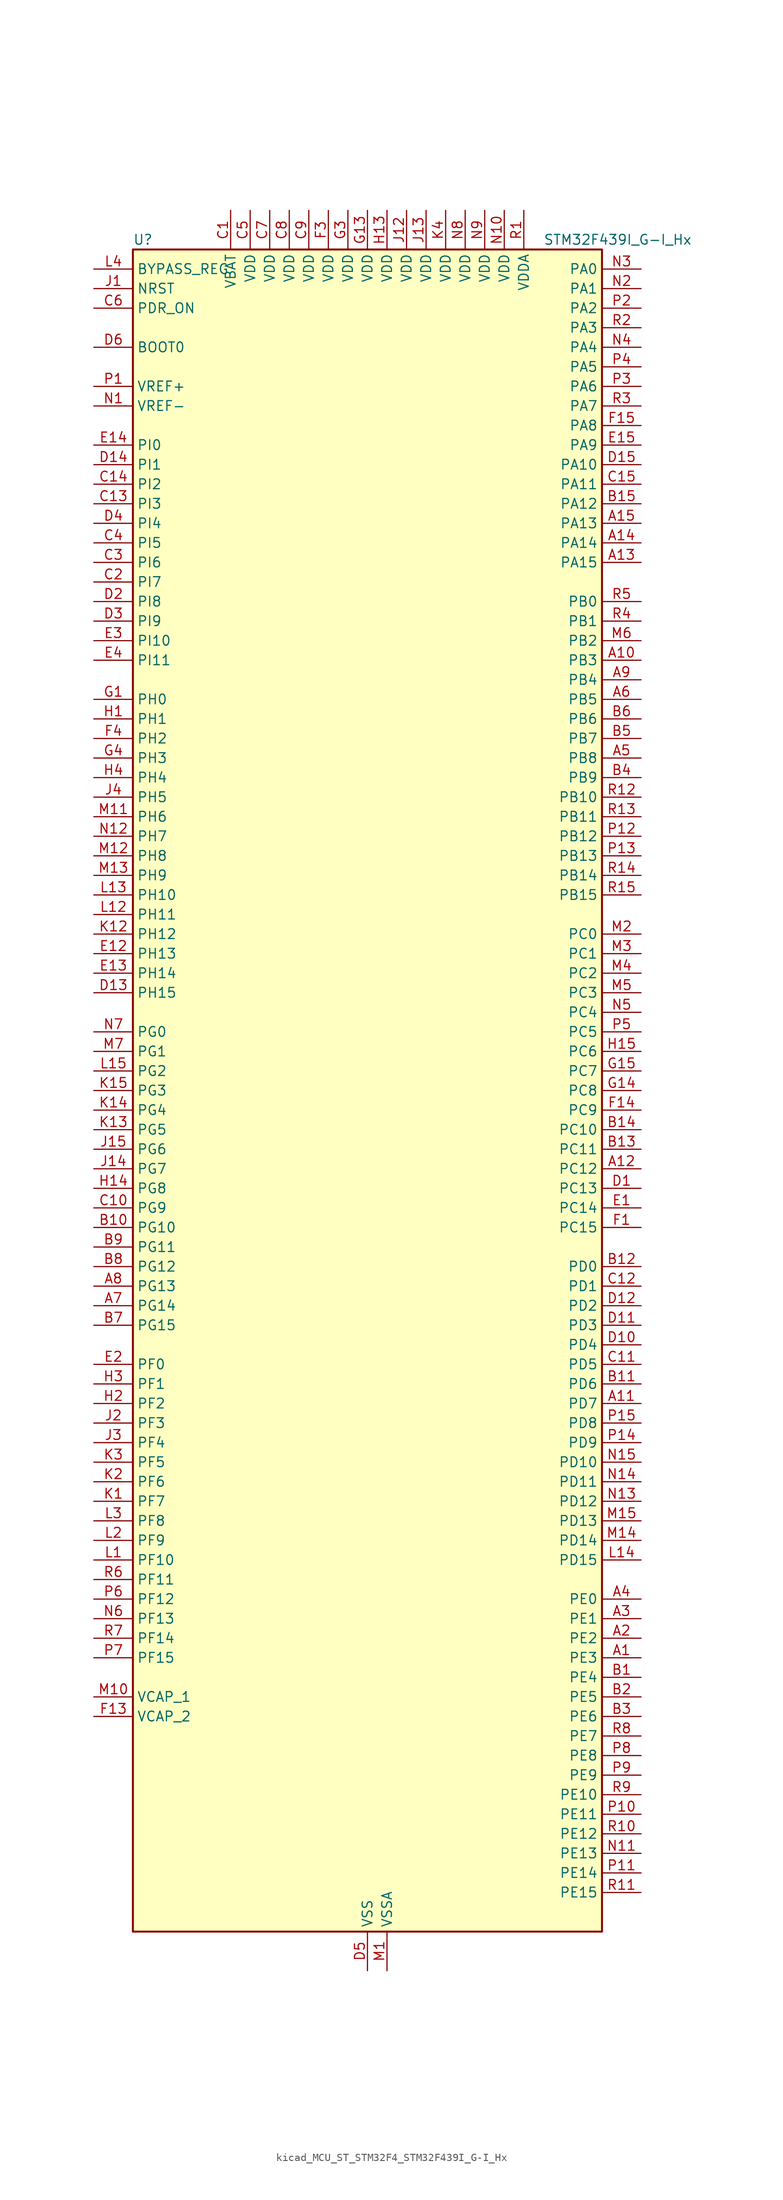
<source format=kicad_sym>
(kicad_symbol_lib
  (version 20220914)
  (generator kicad_symbol_editor)
  (symbol "kicad_MCU_ST_STM32F4_STM32F439I_G-I_Hx"
    (property "Reference" "U"
      (at -30.48 110.49 0)
      (effects (font (size 1.27 1.27)) (justify left)))
    (property "Value" "STM32F439I_G-I_Hx"
      (at 22.86 110.49 0)
      (effects (font (size 1.27 1.27)) (justify left)))
    (property "ki_locked" ""
      (at 0 0 0)
      (effects (font (size 1.27 1.27))))
    (symbol "kicad_MCU_ST_STM32F4_STM32F439I_G-I_Hx_0_1"
      (rectangle (start -30.48 -109.22) (end 30.48 109.22) (stroke (width 0.254) (type default)) (fill (type background))))
    (symbol "kicad_MCU_ST_STM32F4_STM32F439I_G-I_Hx_1_1"
      (pin bidirectional line (at 35.56 -73.66 180) (length 5.08) (name "PE3" (effects (font (size 1.27 1.27)))) (number "A1" (effects (font (size 1.27 1.27)))) (alternate "FMC_A19" bidirectional line) (alternate "SAI1_SD_B" bidirectional line) (alternate "SYS_TRACED0" bidirectional line))
      (pin bidirectional line (at 35.56 55.88 180) (length 5.08) (name "PB3" (effects (font (size 1.27 1.27)))) (number "A10" (effects (font (size 1.27 1.27)))) (alternate "I2S3_CK" bidirectional line) (alternate "SPI1_SCK" bidirectional line) (alternate "SPI3_SCK" bidirectional line) (alternate "SYS_JTDO-SWO" bidirectional line) (alternate "TIM2_CH2" bidirectional line))
      (pin bidirectional line (at 35.56 -40.64 180) (length 5.08) (name "PD7" (effects (font (size 1.27 1.27)))) (number "A11" (effects (font (size 1.27 1.27)))) (alternate "FMC_NCE2" bidirectional line) (alternate "FMC_NE1" bidirectional line) (alternate "USART2_CK" bidirectional line))
      (pin bidirectional line (at 35.56 -10.16 180) (length 5.08) (name "PC12" (effects (font (size 1.27 1.27)))) (number "A12" (effects (font (size 1.27 1.27)))) (alternate "DCMI_D9" bidirectional line) (alternate "I2S3_SD" bidirectional line) (alternate "SDIO_CK" bidirectional line) (alternate "SPI3_MOSI" bidirectional line) (alternate "UART5_TX" bidirectional line) (alternate "USART3_CK" bidirectional line))
      (pin bidirectional line (at 35.56 68.58 180) (length 5.08) (name "PA15" (effects (font (size 1.27 1.27)))) (number "A13" (effects (font (size 1.27 1.27)))) (alternate "ADC1_EXTI15" bidirectional line) (alternate "ADC2_EXTI15" bidirectional line) (alternate "ADC3_EXTI15" bidirectional line) (alternate "I2S3_WS" bidirectional line) (alternate "SPI1_NSS" bidirectional line) (alternate "SPI3_NSS" bidirectional line) (alternate "SYS_JTDI" bidirectional line) (alternate "TIM2_CH1" bidirectional line) (alternate "TIM2_ETR" bidirectional line))
      (pin bidirectional line (at 35.56 71.12 180) (length 5.08) (name "PA14" (effects (font (size 1.27 1.27)))) (number "A14" (effects (font (size 1.27 1.27)))) (alternate "SYS_JTCK-SWCLK" bidirectional line))
      (pin bidirectional line (at 35.56 73.66 180) (length 5.08) (name "PA13" (effects (font (size 1.27 1.27)))) (number "A15" (effects (font (size 1.27 1.27)))) (alternate "SYS_JTMS-SWDIO" bidirectional line))
      (pin bidirectional line (at 35.56 -71.12 180) (length 5.08) (name "PE2" (effects (font (size 1.27 1.27)))) (number "A2" (effects (font (size 1.27 1.27)))) (alternate "ETH_TXD3" bidirectional line) (alternate "FMC_A23" bidirectional line) (alternate "SAI1_MCLK_A" bidirectional line) (alternate "SPI4_SCK" bidirectional line) (alternate "SYS_TRACECLK" bidirectional line))
      (pin bidirectional line (at 35.56 -68.58 180) (length 5.08) (name "PE1" (effects (font (size 1.27 1.27)))) (number "A3" (effects (font (size 1.27 1.27)))) (alternate "DCMI_D3" bidirectional line) (alternate "FMC_NBL1" bidirectional line) (alternate "UART8_TX" bidirectional line))
      (pin bidirectional line (at 35.56 -66.04 180) (length 5.08) (name "PE0" (effects (font (size 1.27 1.27)))) (number "A4" (effects (font (size 1.27 1.27)))) (alternate "DCMI_D2" bidirectional line) (alternate "FMC_NBL0" bidirectional line) (alternate "TIM4_ETR" bidirectional line) (alternate "UART8_RX" bidirectional line))
      (pin bidirectional line (at 35.56 43.18 180) (length 5.08) (name "PB8" (effects (font (size 1.27 1.27)))) (number "A5" (effects (font (size 1.27 1.27)))) (alternate "CAN1_RX" bidirectional line) (alternate "DCMI_D6" bidirectional line) (alternate "ETH_TXD3" bidirectional line) (alternate "I2C1_SCL" bidirectional line) (alternate "LTDC_B6" bidirectional line) (alternate "SDIO_D4" bidirectional line) (alternate "TIM10_CH1" bidirectional line) (alternate "TIM4_CH3" bidirectional line))
      (pin bidirectional line (at 35.56 50.8 180) (length 5.08) (name "PB5" (effects (font (size 1.27 1.27)))) (number "A6" (effects (font (size 1.27 1.27)))) (alternate "CAN2_RX" bidirectional line) (alternate "DCMI_D10" bidirectional line) (alternate "ETH_PPS_OUT" bidirectional line) (alternate "FMC_SDCKE1" bidirectional line) (alternate "I2C1_SMBA" bidirectional line) (alternate "I2S3_SD" bidirectional line) (alternate "SPI1_MOSI" bidirectional line) (alternate "SPI3_MOSI" bidirectional line) (alternate "TIM3_CH2" bidirectional line) (alternate "USB_OTG_HS_ULPI_D7" bidirectional line))
      (pin bidirectional line (at -35.56 -27.94 0) (length 5.08) (name "PG14" (effects (font (size 1.27 1.27)))) (number "A7" (effects (font (size 1.27 1.27)))) (alternate "ETH_TXD1" bidirectional line) (alternate "FMC_A25" bidirectional line) (alternate "SPI6_MOSI" bidirectional line) (alternate "USART6_TX" bidirectional line))
      (pin bidirectional line (at -35.56 -25.4 0) (length 5.08) (name "PG13" (effects (font (size 1.27 1.27)))) (number "A8" (effects (font (size 1.27 1.27)))) (alternate "ETH_TXD0" bidirectional line) (alternate "FMC_A24" bidirectional line) (alternate "SPI6_SCK" bidirectional line) (alternate "USART6_CTS" bidirectional line))
      (pin bidirectional line (at 35.56 53.34 180) (length 5.08) (name "PB4" (effects (font (size 1.27 1.27)))) (number "A9" (effects (font (size 1.27 1.27)))) (alternate "I2S3_ext_SD" bidirectional line) (alternate "SPI1_MISO" bidirectional line) (alternate "SPI3_MISO" bidirectional line) (alternate "SYS_JTRST" bidirectional line) (alternate "TIM3_CH1" bidirectional line))
      (pin bidirectional line (at 35.56 -76.2 180) (length 5.08) (name "PE4" (effects (font (size 1.27 1.27)))) (number "B1" (effects (font (size 1.27 1.27)))) (alternate "DCMI_D4" bidirectional line) (alternate "FMC_A20" bidirectional line) (alternate "LTDC_B0" bidirectional line) (alternate "SAI1_FS_A" bidirectional line) (alternate "SPI4_NSS" bidirectional line) (alternate "SYS_TRACED1" bidirectional line))
      (pin bidirectional line (at -35.56 -17.78 0) (length 5.08) (name "PG10" (effects (font (size 1.27 1.27)))) (number "B10" (effects (font (size 1.27 1.27)))) (alternate "DCMI_D2" bidirectional line) (alternate "FMC_NCE4_1" bidirectional line) (alternate "FMC_NE3" bidirectional line) (alternate "LTDC_B2" bidirectional line) (alternate "LTDC_G3" bidirectional line))
      (pin bidirectional line (at 35.56 -38.1 180) (length 5.08) (name "PD6" (effects (font (size 1.27 1.27)))) (number "B11" (effects (font (size 1.27 1.27)))) (alternate "DCMI_D10" bidirectional line) (alternate "FMC_NWAIT" bidirectional line) (alternate "I2S3_SD" bidirectional line) (alternate "LTDC_B2" bidirectional line) (alternate "SAI1_SD_A" bidirectional line) (alternate "SPI3_MOSI" bidirectional line) (alternate "USART2_RX" bidirectional line))
      (pin bidirectional line (at 35.56 -22.86 180) (length 5.08) (name "PD0" (effects (font (size 1.27 1.27)))) (number "B12" (effects (font (size 1.27 1.27)))) (alternate "CAN1_RX" bidirectional line) (alternate "FMC_D2" bidirectional line) (alternate "FMC_DA2" bidirectional line))
      (pin bidirectional line (at 35.56 -7.62 180) (length 5.08) (name "PC11" (effects (font (size 1.27 1.27)))) (number "B13" (effects (font (size 1.27 1.27)))) (alternate "ADC1_EXTI11" bidirectional line) (alternate "ADC2_EXTI11" bidirectional line) (alternate "ADC3_EXTI11" bidirectional line) (alternate "DCMI_D4" bidirectional line) (alternate "I2S3_ext_SD" bidirectional line) (alternate "SDIO_D3" bidirectional line) (alternate "SPI3_MISO" bidirectional line) (alternate "UART4_RX" bidirectional line) (alternate "USART3_RX" bidirectional line))
      (pin bidirectional line (at 35.56 -5.08 180) (length 5.08) (name "PC10" (effects (font (size 1.27 1.27)))) (number "B14" (effects (font (size 1.27 1.27)))) (alternate "DCMI_D8" bidirectional line) (alternate "I2S3_CK" bidirectional line) (alternate "LTDC_R2" bidirectional line) (alternate "SDIO_D2" bidirectional line) (alternate "SPI3_SCK" bidirectional line) (alternate "UART4_TX" bidirectional line) (alternate "USART3_TX" bidirectional line))
      (pin bidirectional line (at 35.56 76.2 180) (length 5.08) (name "PA12" (effects (font (size 1.27 1.27)))) (number "B15" (effects (font (size 1.27 1.27)))) (alternate "CAN1_TX" bidirectional line) (alternate "LTDC_R5" bidirectional line) (alternate "TIM1_ETR" bidirectional line) (alternate "USART1_RTS" bidirectional line) (alternate "USB_OTG_FS_DP" bidirectional line))
      (pin bidirectional line (at 35.56 -78.74 180) (length 5.08) (name "PE5" (effects (font (size 1.27 1.27)))) (number "B2" (effects (font (size 1.27 1.27)))) (alternate "DCMI_D6" bidirectional line) (alternate "FMC_A21" bidirectional line) (alternate "LTDC_G0" bidirectional line) (alternate "SAI1_SCK_A" bidirectional line) (alternate "SPI4_MISO" bidirectional line) (alternate "SYS_TRACED2" bidirectional line) (alternate "TIM9_CH1" bidirectional line))
      (pin bidirectional line (at 35.56 -81.28 180) (length 5.08) (name "PE6" (effects (font (size 1.27 1.27)))) (number "B3" (effects (font (size 1.27 1.27)))) (alternate "DCMI_D7" bidirectional line) (alternate "FMC_A22" bidirectional line) (alternate "LTDC_G1" bidirectional line) (alternate "SAI1_SD_A" bidirectional line) (alternate "SPI4_MOSI" bidirectional line) (alternate "SYS_TRACED3" bidirectional line) (alternate "TIM9_CH2" bidirectional line))
      (pin bidirectional line (at 35.56 40.64 180) (length 5.08) (name "PB9" (effects (font (size 1.27 1.27)))) (number "B4" (effects (font (size 1.27 1.27)))) (alternate "CAN1_TX" bidirectional line) (alternate "DAC_EXTI9" bidirectional line) (alternate "DCMI_D7" bidirectional line) (alternate "I2C1_SDA" bidirectional line) (alternate "I2S2_WS" bidirectional line) (alternate "LTDC_B7" bidirectional line) (alternate "SDIO_D5" bidirectional line) (alternate "SPI2_NSS" bidirectional line) (alternate "TIM11_CH1" bidirectional line) (alternate "TIM4_CH4" bidirectional line))
      (pin bidirectional line (at 35.56 45.72 180) (length 5.08) (name "PB7" (effects (font (size 1.27 1.27)))) (number "B5" (effects (font (size 1.27 1.27)))) (alternate "DCMI_VSYNC" bidirectional line) (alternate "FMC_NL" bidirectional line) (alternate "I2C1_SDA" bidirectional line) (alternate "TIM4_CH2" bidirectional line) (alternate "USART1_RX" bidirectional line))
      (pin bidirectional line (at 35.56 48.26 180) (length 5.08) (name "PB6" (effects (font (size 1.27 1.27)))) (number "B6" (effects (font (size 1.27 1.27)))) (alternate "CAN2_TX" bidirectional line) (alternate "DCMI_D5" bidirectional line) (alternate "FMC_SDNE1" bidirectional line) (alternate "I2C1_SCL" bidirectional line) (alternate "TIM4_CH1" bidirectional line) (alternate "USART1_TX" bidirectional line))
      (pin bidirectional line (at -35.56 -30.48 0) (length 5.08) (name "PG15" (effects (font (size 1.27 1.27)))) (number "B7" (effects (font (size 1.27 1.27)))) (alternate "ADC1_EXTI15" bidirectional line) (alternate "ADC2_EXTI15" bidirectional line) (alternate "ADC3_EXTI15" bidirectional line) (alternate "DCMI_D13" bidirectional line) (alternate "FMC_SDNCAS" bidirectional line) (alternate "USART6_CTS" bidirectional line))
      (pin bidirectional line (at -35.56 -22.86 0) (length 5.08) (name "PG12" (effects (font (size 1.27 1.27)))) (number "B8" (effects (font (size 1.27 1.27)))) (alternate "FMC_NE4" bidirectional line) (alternate "LTDC_B1" bidirectional line) (alternate "LTDC_B4" bidirectional line) (alternate "SPI6_MISO" bidirectional line) (alternate "USART6_RTS" bidirectional line))
      (pin bidirectional line (at -35.56 -20.32 0) (length 5.08) (name "PG11" (effects (font (size 1.27 1.27)))) (number "B9" (effects (font (size 1.27 1.27)))) (alternate "ADC1_EXTI11" bidirectional line) (alternate "ADC2_EXTI11" bidirectional line) (alternate "ADC3_EXTI11" bidirectional line) (alternate "DCMI_D3" bidirectional line) (alternate "ETH_TX_EN" bidirectional line) (alternate "FMC_NCE4_2" bidirectional line) (alternate "LTDC_B3" bidirectional line))
      (pin power_in line (at -17.78 114.3 270) (length 5.08) (name "VBAT" (effects (font (size 1.27 1.27)))) (number "C1" (effects (font (size 1.27 1.27)))))
      (pin bidirectional line (at -35.56 -15.24 0) (length 5.08) (name "PG9" (effects (font (size 1.27 1.27)))) (number "C10" (effects (font (size 1.27 1.27)))) (alternate "DAC_EXTI9" bidirectional line) (alternate "DCMI_VSYNC" bidirectional line) (alternate "FMC_NCE3" bidirectional line) (alternate "FMC_NE2" bidirectional line) (alternate "USART6_RX" bidirectional line))
      (pin bidirectional line (at 35.56 -35.56 180) (length 5.08) (name "PD5" (effects (font (size 1.27 1.27)))) (number "C11" (effects (font (size 1.27 1.27)))) (alternate "FMC_NWE" bidirectional line) (alternate "USART2_TX" bidirectional line))
      (pin bidirectional line (at 35.56 -25.4 180) (length 5.08) (name "PD1" (effects (font (size 1.27 1.27)))) (number "C12" (effects (font (size 1.27 1.27)))) (alternate "CAN1_TX" bidirectional line) (alternate "FMC_D3" bidirectional line) (alternate "FMC_DA3" bidirectional line))
      (pin bidirectional line (at -35.56 76.2 0) (length 5.08) (name "PI3" (effects (font (size 1.27 1.27)))) (number "C13" (effects (font (size 1.27 1.27)))) (alternate "DCMI_D10" bidirectional line) (alternate "FMC_D27" bidirectional line) (alternate "I2S2_SD" bidirectional line) (alternate "SPI2_MOSI" bidirectional line) (alternate "TIM8_ETR" bidirectional line))
      (pin bidirectional line (at -35.56 78.74 0) (length 5.08) (name "PI2" (effects (font (size 1.27 1.27)))) (number "C14" (effects (font (size 1.27 1.27)))) (alternate "DCMI_D9" bidirectional line) (alternate "FMC_D26" bidirectional line) (alternate "I2S2_ext_SD" bidirectional line) (alternate "LTDC_G7" bidirectional line) (alternate "SPI2_MISO" bidirectional line) (alternate "TIM8_CH4" bidirectional line))
      (pin bidirectional line (at 35.56 78.74 180) (length 5.08) (name "PA11" (effects (font (size 1.27 1.27)))) (number "C15" (effects (font (size 1.27 1.27)))) (alternate "ADC1_EXTI11" bidirectional line) (alternate "ADC2_EXTI11" bidirectional line) (alternate "ADC3_EXTI11" bidirectional line) (alternate "CAN1_RX" bidirectional line) (alternate "LTDC_R4" bidirectional line) (alternate "TIM1_CH4" bidirectional line) (alternate "USART1_CTS" bidirectional line) (alternate "USB_OTG_FS_DM" bidirectional line))
      (pin bidirectional line (at -35.56 66.04 0) (length 5.08) (name "PI7" (effects (font (size 1.27 1.27)))) (number "C2" (effects (font (size 1.27 1.27)))) (alternate "DCMI_D7" bidirectional line) (alternate "FMC_D29" bidirectional line) (alternate "LTDC_B7" bidirectional line) (alternate "TIM8_CH3" bidirectional line))
      (pin bidirectional line (at -35.56 68.58 0) (length 5.08) (name "PI6" (effects (font (size 1.27 1.27)))) (number "C3" (effects (font (size 1.27 1.27)))) (alternate "DCMI_D6" bidirectional line) (alternate "FMC_D28" bidirectional line) (alternate "LTDC_B6" bidirectional line) (alternate "TIM8_CH2" bidirectional line))
      (pin bidirectional line (at -35.56 71.12 0) (length 5.08) (name "PI5" (effects (font (size 1.27 1.27)))) (number "C4" (effects (font (size 1.27 1.27)))) (alternate "DCMI_VSYNC" bidirectional line) (alternate "FMC_NBL3" bidirectional line) (alternate "LTDC_B5" bidirectional line) (alternate "TIM8_CH1" bidirectional line))
      (pin power_in line (at -15.24 114.3 270) (length 5.08) (name "VDD" (effects (font (size 1.27 1.27)))) (number "C5" (effects (font (size 1.27 1.27)))))
      (pin input line (at -35.56 101.6 0) (length 5.08) (name "PDR_ON" (effects (font (size 1.27 1.27)))) (number "C6" (effects (font (size 1.27 1.27)))))
      (pin power_in line (at -12.7 114.3 270) (length 5.08) (name "VDD" (effects (font (size 1.27 1.27)))) (number "C7" (effects (font (size 1.27 1.27)))))
      (pin power_in line (at -10.16 114.3 270) (length 5.08) (name "VDD" (effects (font (size 1.27 1.27)))) (number "C8" (effects (font (size 1.27 1.27)))))
      (pin power_in line (at -7.62 114.3 270) (length 5.08) (name "VDD" (effects (font (size 1.27 1.27)))) (number "C9" (effects (font (size 1.27 1.27)))))
      (pin bidirectional line (at 35.56 -12.7 180) (length 5.08) (name "PC13" (effects (font (size 1.27 1.27)))) (number "D1" (effects (font (size 1.27 1.27)))) (alternate "RTC_AF1" bidirectional line))
      (pin bidirectional line (at 35.56 -33.02 180) (length 5.08) (name "PD4" (effects (font (size 1.27 1.27)))) (number "D10" (effects (font (size 1.27 1.27)))) (alternate "FMC_NOE" bidirectional line) (alternate "USART2_RTS" bidirectional line))
      (pin bidirectional line (at 35.56 -30.48 180) (length 5.08) (name "PD3" (effects (font (size 1.27 1.27)))) (number "D11" (effects (font (size 1.27 1.27)))) (alternate "DCMI_D5" bidirectional line) (alternate "FMC_CLK" bidirectional line) (alternate "I2S2_CK" bidirectional line) (alternate "LTDC_G7" bidirectional line) (alternate "SPI2_SCK" bidirectional line) (alternate "USART2_CTS" bidirectional line))
      (pin bidirectional line (at 35.56 -27.94 180) (length 5.08) (name "PD2" (effects (font (size 1.27 1.27)))) (number "D12" (effects (font (size 1.27 1.27)))) (alternate "DCMI_D11" bidirectional line) (alternate "SDIO_CMD" bidirectional line) (alternate "TIM3_ETR" bidirectional line) (alternate "UART5_RX" bidirectional line))
      (pin bidirectional line (at -35.56 12.7 0) (length 5.08) (name "PH15" (effects (font (size 1.27 1.27)))) (number "D13" (effects (font (size 1.27 1.27)))) (alternate "ADC1_EXTI15" bidirectional line) (alternate "ADC2_EXTI15" bidirectional line) (alternate "ADC3_EXTI15" bidirectional line) (alternate "DCMI_D11" bidirectional line) (alternate "FMC_D23" bidirectional line) (alternate "LTDC_G4" bidirectional line) (alternate "TIM8_CH3N" bidirectional line))
      (pin bidirectional line (at -35.56 81.28 0) (length 5.08) (name "PI1" (effects (font (size 1.27 1.27)))) (number "D14" (effects (font (size 1.27 1.27)))) (alternate "DCMI_D8" bidirectional line) (alternate "FMC_D25" bidirectional line) (alternate "I2S2_CK" bidirectional line) (alternate "LTDC_G6" bidirectional line) (alternate "SPI2_SCK" bidirectional line))
      (pin bidirectional line (at 35.56 81.28 180) (length 5.08) (name "PA10" (effects (font (size 1.27 1.27)))) (number "D15" (effects (font (size 1.27 1.27)))) (alternate "DCMI_D1" bidirectional line) (alternate "TIM1_CH3" bidirectional line) (alternate "USART1_RX" bidirectional line) (alternate "USB_OTG_FS_ID" bidirectional line))
      (pin bidirectional line (at -35.56 63.5 0) (length 5.08) (name "PI8" (effects (font (size 1.27 1.27)))) (number "D2" (effects (font (size 1.27 1.27)))) (alternate "RTC_AF2" bidirectional line))
      (pin bidirectional line (at -35.56 60.96 0) (length 5.08) (name "PI9" (effects (font (size 1.27 1.27)))) (number "D3" (effects (font (size 1.27 1.27)))) (alternate "CAN1_RX" bidirectional line) (alternate "DAC_EXTI9" bidirectional line) (alternate "FMC_D30" bidirectional line) (alternate "LTDC_VSYNC" bidirectional line))
      (pin bidirectional line (at -35.56 73.66 0) (length 5.08) (name "PI4" (effects (font (size 1.27 1.27)))) (number "D4" (effects (font (size 1.27 1.27)))) (alternate "DCMI_D5" bidirectional line) (alternate "FMC_NBL2" bidirectional line) (alternate "LTDC_B4" bidirectional line) (alternate "TIM8_BKIN" bidirectional line))
      (pin power_in line (at 0 -114.3 90) (length 5.08) (name "VSS" (effects (font (size 1.27 1.27)))) (number "D5" (effects (font (size 1.27 1.27)))))
      (pin input line (at -35.56 96.52 0) (length 5.08) (name "BOOT0" (effects (font (size 1.27 1.27)))) (number "D6" (effects (font (size 1.27 1.27)))))
      (pin passive line (at 0 -114.3 90) (length 5.08) hide (name "VSS" (effects (font (size 1.27 1.27)))) (number "D7" (effects (font (size 1.27 1.27)))))
      (pin passive line (at 0 -114.3 90) (length 5.08) hide (name "VSS" (effects (font (size 1.27 1.27)))) (number "D8" (effects (font (size 1.27 1.27)))))
      (pin passive line (at 0 -114.3 90) (length 5.08) hide (name "VSS" (effects (font (size 1.27 1.27)))) (number "D9" (effects (font (size 1.27 1.27)))))
      (pin bidirectional line (at 35.56 -15.24 180) (length 5.08) (name "PC14" (effects (font (size 1.27 1.27)))) (number "E1" (effects (font (size 1.27 1.27)))) (alternate "RCC_OSC32_IN" bidirectional line))
      (pin bidirectional line (at -35.56 17.78 0) (length 5.08) (name "PH13" (effects (font (size 1.27 1.27)))) (number "E12" (effects (font (size 1.27 1.27)))) (alternate "CAN1_TX" bidirectional line) (alternate "FMC_D21" bidirectional line) (alternate "LTDC_G2" bidirectional line) (alternate "TIM8_CH1N" bidirectional line))
      (pin bidirectional line (at -35.56 15.24 0) (length 5.08) (name "PH14" (effects (font (size 1.27 1.27)))) (number "E13" (effects (font (size 1.27 1.27)))) (alternate "DCMI_D4" bidirectional line) (alternate "FMC_D22" bidirectional line) (alternate "LTDC_G3" bidirectional line) (alternate "TIM8_CH2N" bidirectional line))
      (pin bidirectional line (at -35.56 83.82 0) (length 5.08) (name "PI0" (effects (font (size 1.27 1.27)))) (number "E14" (effects (font (size 1.27 1.27)))) (alternate "DCMI_D13" bidirectional line) (alternate "FMC_D24" bidirectional line) (alternate "I2S2_WS" bidirectional line) (alternate "LTDC_G5" bidirectional line) (alternate "SPI2_NSS" bidirectional line) (alternate "TIM5_CH4" bidirectional line))
      (pin bidirectional line (at 35.56 83.82 180) (length 5.08) (name "PA9" (effects (font (size 1.27 1.27)))) (number "E15" (effects (font (size 1.27 1.27)))) (alternate "DAC_EXTI9" bidirectional line) (alternate "DCMI_D0" bidirectional line) (alternate "I2C3_SMBA" bidirectional line) (alternate "TIM1_CH2" bidirectional line) (alternate "USART1_TX" bidirectional line) (alternate "USB_OTG_FS_VBUS" bidirectional line))
      (pin bidirectional line (at -35.56 -35.56 0) (length 5.08) (name "PF0" (effects (font (size 1.27 1.27)))) (number "E2" (effects (font (size 1.27 1.27)))) (alternate "FMC_A0" bidirectional line) (alternate "I2C2_SDA" bidirectional line))
      (pin bidirectional line (at -35.56 58.42 0) (length 5.08) (name "PI10" (effects (font (size 1.27 1.27)))) (number "E3" (effects (font (size 1.27 1.27)))) (alternate "ETH_RX_ER" bidirectional line) (alternate "FMC_D31" bidirectional line) (alternate "LTDC_HSYNC" bidirectional line))
      (pin bidirectional line (at -35.56 55.88 0) (length 5.08) (name "PI11" (effects (font (size 1.27 1.27)))) (number "E4" (effects (font (size 1.27 1.27)))) (alternate "ADC1_EXTI11" bidirectional line) (alternate "ADC2_EXTI11" bidirectional line) (alternate "ADC3_EXTI11" bidirectional line) (alternate "USB_OTG_HS_ULPI_DIR" bidirectional line))
      (pin bidirectional line (at 35.56 -17.78 180) (length 5.08) (name "PC15" (effects (font (size 1.27 1.27)))) (number "F1" (effects (font (size 1.27 1.27)))) (alternate "ADC1_EXTI15" bidirectional line) (alternate "ADC2_EXTI15" bidirectional line) (alternate "ADC3_EXTI15" bidirectional line) (alternate "RCC_OSC32_OUT" bidirectional line))
      (pin passive line (at 0 -114.3 90) (length 5.08) hide (name "VSS" (effects (font (size 1.27 1.27)))) (number "F10" (effects (font (size 1.27 1.27)))))
      (pin passive line (at 0 -114.3 90) (length 5.08) hide (name "VSS" (effects (font (size 1.27 1.27)))) (number "F12" (effects (font (size 1.27 1.27)))))
      (pin power_out line (at -35.56 -81.28 0) (length 5.08) (name "VCAP_2" (effects (font (size 1.27 1.27)))) (number "F13" (effects (font (size 1.27 1.27)))))
      (pin bidirectional line (at 35.56 -2.54 180) (length 5.08) (name "PC9" (effects (font (size 1.27 1.27)))) (number "F14" (effects (font (size 1.27 1.27)))) (alternate "DAC_EXTI9" bidirectional line) (alternate "DCMI_D3" bidirectional line) (alternate "I2C3_SDA" bidirectional line) (alternate "I2S_CKIN" bidirectional line) (alternate "RCC_MCO_2" bidirectional line) (alternate "SDIO_D1" bidirectional line) (alternate "TIM3_CH4" bidirectional line) (alternate "TIM8_CH4" bidirectional line))
      (pin bidirectional line (at 35.56 86.36 180) (length 5.08) (name "PA8" (effects (font (size 1.27 1.27)))) (number "F15" (effects (font (size 1.27 1.27)))) (alternate "I2C3_SCL" bidirectional line) (alternate "LTDC_R6" bidirectional line) (alternate "RCC_MCO_1" bidirectional line) (alternate "TIM1_CH1" bidirectional line) (alternate "USART1_CK" bidirectional line) (alternate "USB_OTG_FS_SOF" bidirectional line))
      (pin passive line (at 0 -114.3 90) (length 5.08) hide (name "VSS" (effects (font (size 1.27 1.27)))) (number "F2" (effects (font (size 1.27 1.27)))))
      (pin power_in line (at -5.08 114.3 270) (length 5.08) (name "VDD" (effects (font (size 1.27 1.27)))) (number "F3" (effects (font (size 1.27 1.27)))))
      (pin bidirectional line (at -35.56 45.72 0) (length 5.08) (name "PH2" (effects (font (size 1.27 1.27)))) (number "F4" (effects (font (size 1.27 1.27)))) (alternate "ETH_CRS" bidirectional line) (alternate "FMC_SDCKE0" bidirectional line) (alternate "LTDC_R0" bidirectional line))
      (pin passive line (at 0 -114.3 90) (length 5.08) hide (name "VSS" (effects (font (size 1.27 1.27)))) (number "F6" (effects (font (size 1.27 1.27)))))
      (pin passive line (at 0 -114.3 90) (length 5.08) hide (name "VSS" (effects (font (size 1.27 1.27)))) (number "F7" (effects (font (size 1.27 1.27)))))
      (pin passive line (at 0 -114.3 90) (length 5.08) hide (name "VSS" (effects (font (size 1.27 1.27)))) (number "F8" (effects (font (size 1.27 1.27)))))
      (pin passive line (at 0 -114.3 90) (length 5.08) hide (name "VSS" (effects (font (size 1.27 1.27)))) (number "F9" (effects (font (size 1.27 1.27)))))
      (pin bidirectional line (at -35.56 50.8 0) (length 5.08) (name "PH0" (effects (font (size 1.27 1.27)))) (number "G1" (effects (font (size 1.27 1.27)))) (alternate "RCC_OSC_IN" bidirectional line))
      (pin passive line (at 0 -114.3 90) (length 5.08) hide (name "VSS" (effects (font (size 1.27 1.27)))) (number "G10" (effects (font (size 1.27 1.27)))))
      (pin passive line (at 0 -114.3 90) (length 5.08) hide (name "VSS" (effects (font (size 1.27 1.27)))) (number "G12" (effects (font (size 1.27 1.27)))))
      (pin power_in line (at 0 114.3 270) (length 5.08) (name "VDD" (effects (font (size 1.27 1.27)))) (number "G13" (effects (font (size 1.27 1.27)))))
      (pin bidirectional line (at 35.56 0 180) (length 5.08) (name "PC8" (effects (font (size 1.27 1.27)))) (number "G14" (effects (font (size 1.27 1.27)))) (alternate "DCMI_D2" bidirectional line) (alternate "SDIO_D0" bidirectional line) (alternate "TIM3_CH3" bidirectional line) (alternate "TIM8_CH3" bidirectional line) (alternate "USART6_CK" bidirectional line))
      (pin bidirectional line (at 35.56 2.54 180) (length 5.08) (name "PC7" (effects (font (size 1.27 1.27)))) (number "G15" (effects (font (size 1.27 1.27)))) (alternate "DCMI_D1" bidirectional line) (alternate "I2S3_MCK" bidirectional line) (alternate "LTDC_G6" bidirectional line) (alternate "SDIO_D7" bidirectional line) (alternate "TIM3_CH2" bidirectional line) (alternate "TIM8_CH2" bidirectional line) (alternate "USART6_RX" bidirectional line))
      (pin passive line (at 0 -114.3 90) (length 5.08) hide (name "VSS" (effects (font (size 1.27 1.27)))) (number "G2" (effects (font (size 1.27 1.27)))))
      (pin power_in line (at -2.54 114.3 270) (length 5.08) (name "VDD" (effects (font (size 1.27 1.27)))) (number "G3" (effects (font (size 1.27 1.27)))))
      (pin bidirectional line (at -35.56 43.18 0) (length 5.08) (name "PH3" (effects (font (size 1.27 1.27)))) (number "G4" (effects (font (size 1.27 1.27)))) (alternate "ETH_COL" bidirectional line) (alternate "FMC_SDNE0" bidirectional line) (alternate "LTDC_R1" bidirectional line))
      (pin passive line (at 0 -114.3 90) (length 5.08) hide (name "VSS" (effects (font (size 1.27 1.27)))) (number "G6" (effects (font (size 1.27 1.27)))))
      (pin passive line (at 0 -114.3 90) (length 5.08) hide (name "VSS" (effects (font (size 1.27 1.27)))) (number "G7" (effects (font (size 1.27 1.27)))))
      (pin passive line (at 0 -114.3 90) (length 5.08) hide (name "VSS" (effects (font (size 1.27 1.27)))) (number "G8" (effects (font (size 1.27 1.27)))))
      (pin passive line (at 0 -114.3 90) (length 5.08) hide (name "VSS" (effects (font (size 1.27 1.27)))) (number "G9" (effects (font (size 1.27 1.27)))))
      (pin bidirectional line (at -35.56 48.26 0) (length 5.08) (name "PH1" (effects (font (size 1.27 1.27)))) (number "H1" (effects (font (size 1.27 1.27)))) (alternate "RCC_OSC_OUT" bidirectional line))
      (pin passive line (at 0 -114.3 90) (length 5.08) hide (name "VSS" (effects (font (size 1.27 1.27)))) (number "H10" (effects (font (size 1.27 1.27)))))
      (pin passive line (at 0 -114.3 90) (length 5.08) hide (name "VSS" (effects (font (size 1.27 1.27)))) (number "H12" (effects (font (size 1.27 1.27)))))
      (pin power_in line (at 2.54 114.3 270) (length 5.08) (name "VDD" (effects (font (size 1.27 1.27)))) (number "H13" (effects (font (size 1.27 1.27)))))
      (pin bidirectional line (at -35.56 -12.7 0) (length 5.08) (name "PG8" (effects (font (size 1.27 1.27)))) (number "H14" (effects (font (size 1.27 1.27)))) (alternate "ETH_PPS_OUT" bidirectional line) (alternate "FMC_SDCLK" bidirectional line) (alternate "SPI6_NSS" bidirectional line) (alternate "USART6_RTS" bidirectional line))
      (pin bidirectional line (at 35.56 5.08 180) (length 5.08) (name "PC6" (effects (font (size 1.27 1.27)))) (number "H15" (effects (font (size 1.27 1.27)))) (alternate "DCMI_D0" bidirectional line) (alternate "I2S2_MCK" bidirectional line) (alternate "LTDC_HSYNC" bidirectional line) (alternate "SDIO_D6" bidirectional line) (alternate "TIM3_CH1" bidirectional line) (alternate "TIM8_CH1" bidirectional line) (alternate "USART6_TX" bidirectional line))
      (pin bidirectional line (at -35.56 -40.64 0) (length 5.08) (name "PF2" (effects (font (size 1.27 1.27)))) (number "H2" (effects (font (size 1.27 1.27)))) (alternate "FMC_A2" bidirectional line) (alternate "I2C2_SMBA" bidirectional line))
      (pin bidirectional line (at -35.56 -38.1 0) (length 5.08) (name "PF1" (effects (font (size 1.27 1.27)))) (number "H3" (effects (font (size 1.27 1.27)))) (alternate "FMC_A1" bidirectional line) (alternate "I2C2_SCL" bidirectional line))
      (pin bidirectional line (at -35.56 40.64 0) (length 5.08) (name "PH4" (effects (font (size 1.27 1.27)))) (number "H4" (effects (font (size 1.27 1.27)))) (alternate "I2C2_SCL" bidirectional line) (alternate "USB_OTG_HS_ULPI_NXT" bidirectional line))
      (pin passive line (at 0 -114.3 90) (length 5.08) hide (name "VSS" (effects (font (size 1.27 1.27)))) (number "H6" (effects (font (size 1.27 1.27)))))
      (pin passive line (at 0 -114.3 90) (length 5.08) hide (name "VSS" (effects (font (size 1.27 1.27)))) (number "H7" (effects (font (size 1.27 1.27)))))
      (pin passive line (at 0 -114.3 90) (length 5.08) hide (name "VSS" (effects (font (size 1.27 1.27)))) (number "H8" (effects (font (size 1.27 1.27)))))
      (pin passive line (at 0 -114.3 90) (length 5.08) hide (name "VSS" (effects (font (size 1.27 1.27)))) (number "H9" (effects (font (size 1.27 1.27)))))
      (pin input line (at -35.56 104.14 0) (length 5.08) (name "NRST" (effects (font (size 1.27 1.27)))) (number "J1" (effects (font (size 1.27 1.27)))))
      (pin passive line (at 0 -114.3 90) (length 5.08) hide (name "VSS" (effects (font (size 1.27 1.27)))) (number "J10" (effects (font (size 1.27 1.27)))))
      (pin power_in line (at 5.08 114.3 270) (length 5.08) (name "VDD" (effects (font (size 1.27 1.27)))) (number "J12" (effects (font (size 1.27 1.27)))))
      (pin power_in line (at 7.62 114.3 270) (length 5.08) (name "VDD" (effects (font (size 1.27 1.27)))) (number "J13" (effects (font (size 1.27 1.27)))))
      (pin bidirectional line (at -35.56 -10.16 0) (length 5.08) (name "PG7" (effects (font (size 1.27 1.27)))) (number "J14" (effects (font (size 1.27 1.27)))) (alternate "DCMI_D13" bidirectional line) (alternate "FMC_INT3" bidirectional line) (alternate "LTDC_CLK" bidirectional line) (alternate "USART6_CK" bidirectional line))
      (pin bidirectional line (at -35.56 -7.62 0) (length 5.08) (name "PG6" (effects (font (size 1.27 1.27)))) (number "J15" (effects (font (size 1.27 1.27)))) (alternate "DCMI_D12" bidirectional line) (alternate "FMC_INT2" bidirectional line) (alternate "LTDC_R7" bidirectional line))
      (pin bidirectional line (at -35.56 -43.18 0) (length 5.08) (name "PF3" (effects (font (size 1.27 1.27)))) (number "J2" (effects (font (size 1.27 1.27)))) (alternate "ADC3_IN9" bidirectional line) (alternate "FMC_A3" bidirectional line))
      (pin bidirectional line (at -35.56 -45.72 0) (length 5.08) (name "PF4" (effects (font (size 1.27 1.27)))) (number "J3" (effects (font (size 1.27 1.27)))) (alternate "ADC3_IN14" bidirectional line) (alternate "FMC_A4" bidirectional line))
      (pin bidirectional line (at -35.56 38.1 0) (length 5.08) (name "PH5" (effects (font (size 1.27 1.27)))) (number "J4" (effects (font (size 1.27 1.27)))) (alternate "FMC_SDNWE" bidirectional line) (alternate "I2C2_SDA" bidirectional line) (alternate "SPI5_NSS" bidirectional line))
      (pin passive line (at 0 -114.3 90) (length 5.08) hide (name "VSS" (effects (font (size 1.27 1.27)))) (number "J6" (effects (font (size 1.27 1.27)))))
      (pin passive line (at 0 -114.3 90) (length 5.08) hide (name "VSS" (effects (font (size 1.27 1.27)))) (number "J7" (effects (font (size 1.27 1.27)))))
      (pin passive line (at 0 -114.3 90) (length 5.08) hide (name "VSS" (effects (font (size 1.27 1.27)))) (number "J8" (effects (font (size 1.27 1.27)))))
      (pin passive line (at 0 -114.3 90) (length 5.08) hide (name "VSS" (effects (font (size 1.27 1.27)))) (number "J9" (effects (font (size 1.27 1.27)))))
      (pin bidirectional line (at -35.56 -53.34 0) (length 5.08) (name "PF7" (effects (font (size 1.27 1.27)))) (number "K1" (effects (font (size 1.27 1.27)))) (alternate "ADC3_IN5" bidirectional line) (alternate "FMC_NREG" bidirectional line) (alternate "SAI1_MCLK_B" bidirectional line) (alternate "SPI5_SCK" bidirectional line) (alternate "TIM11_CH1" bidirectional line) (alternate "UART7_TX" bidirectional line))
      (pin passive line (at 0 -114.3 90) (length 5.08) hide (name "VSS" (effects (font (size 1.27 1.27)))) (number "K10" (effects (font (size 1.27 1.27)))))
      (pin bidirectional line (at -35.56 20.32 0) (length 5.08) (name "PH12" (effects (font (size 1.27 1.27)))) (number "K12" (effects (font (size 1.27 1.27)))) (alternate "DCMI_D3" bidirectional line) (alternate "FMC_D20" bidirectional line) (alternate "LTDC_R6" bidirectional line) (alternate "TIM5_CH3" bidirectional line))
      (pin bidirectional line (at -35.56 -5.08 0) (length 5.08) (name "PG5" (effects (font (size 1.27 1.27)))) (number "K13" (effects (font (size 1.27 1.27)))) (alternate "FMC_A15" bidirectional line) (alternate "FMC_BA1" bidirectional line))
      (pin bidirectional line (at -35.56 -2.54 0) (length 5.08) (name "PG4" (effects (font (size 1.27 1.27)))) (number "K14" (effects (font (size 1.27 1.27)))) (alternate "FMC_A14" bidirectional line) (alternate "FMC_BA0" bidirectional line))
      (pin bidirectional line (at -35.56 0 0) (length 5.08) (name "PG3" (effects (font (size 1.27 1.27)))) (number "K15" (effects (font (size 1.27 1.27)))) (alternate "FMC_A13" bidirectional line))
      (pin bidirectional line (at -35.56 -50.8 0) (length 5.08) (name "PF6" (effects (font (size 1.27 1.27)))) (number "K2" (effects (font (size 1.27 1.27)))) (alternate "ADC3_IN4" bidirectional line) (alternate "FMC_NIORD" bidirectional line) (alternate "SAI1_SD_B" bidirectional line) (alternate "SPI5_NSS" bidirectional line) (alternate "TIM10_CH1" bidirectional line) (alternate "UART7_RX" bidirectional line))
      (pin bidirectional line (at -35.56 -48.26 0) (length 5.08) (name "PF5" (effects (font (size 1.27 1.27)))) (number "K3" (effects (font (size 1.27 1.27)))) (alternate "ADC3_IN15" bidirectional line) (alternate "FMC_A5" bidirectional line))
      (pin power_in line (at 10.16 114.3 270) (length 5.08) (name "VDD" (effects (font (size 1.27 1.27)))) (number "K4" (effects (font (size 1.27 1.27)))))
      (pin passive line (at 0 -114.3 90) (length 5.08) hide (name "VSS" (effects (font (size 1.27 1.27)))) (number "K6" (effects (font (size 1.27 1.27)))))
      (pin passive line (at 0 -114.3 90) (length 5.08) hide (name "VSS" (effects (font (size 1.27 1.27)))) (number "K7" (effects (font (size 1.27 1.27)))))
      (pin passive line (at 0 -114.3 90) (length 5.08) hide (name "VSS" (effects (font (size 1.27 1.27)))) (number "K8" (effects (font (size 1.27 1.27)))))
      (pin passive line (at 0 -114.3 90) (length 5.08) hide (name "VSS" (effects (font (size 1.27 1.27)))) (number "K9" (effects (font (size 1.27 1.27)))))
      (pin bidirectional line (at -35.56 -60.96 0) (length 5.08) (name "PF10" (effects (font (size 1.27 1.27)))) (number "L1" (effects (font (size 1.27 1.27)))) (alternate "ADC3_IN8" bidirectional line) (alternate "DCMI_D11" bidirectional line) (alternate "FMC_INTR" bidirectional line) (alternate "LTDC_DE" bidirectional line))
      (pin bidirectional line (at -35.56 22.86 0) (length 5.08) (name "PH11" (effects (font (size 1.27 1.27)))) (number "L12" (effects (font (size 1.27 1.27)))) (alternate "ADC1_EXTI11" bidirectional line) (alternate "ADC2_EXTI11" bidirectional line) (alternate "ADC3_EXTI11" bidirectional line) (alternate "DCMI_D2" bidirectional line) (alternate "FMC_D19" bidirectional line) (alternate "LTDC_R5" bidirectional line) (alternate "TIM5_CH2" bidirectional line))
      (pin bidirectional line (at -35.56 25.4 0) (length 5.08) (name "PH10" (effects (font (size 1.27 1.27)))) (number "L13" (effects (font (size 1.27 1.27)))) (alternate "DCMI_D1" bidirectional line) (alternate "FMC_D18" bidirectional line) (alternate "LTDC_R4" bidirectional line) (alternate "TIM5_CH1" bidirectional line))
      (pin bidirectional line (at 35.56 -60.96 180) (length 5.08) (name "PD15" (effects (font (size 1.27 1.27)))) (number "L14" (effects (font (size 1.27 1.27)))) (alternate "ADC1_EXTI15" bidirectional line) (alternate "ADC2_EXTI15" bidirectional line) (alternate "ADC3_EXTI15" bidirectional line) (alternate "FMC_D1" bidirectional line) (alternate "FMC_DA1" bidirectional line) (alternate "TIM4_CH4" bidirectional line))
      (pin bidirectional line (at -35.56 2.54 0) (length 5.08) (name "PG2" (effects (font (size 1.27 1.27)))) (number "L15" (effects (font (size 1.27 1.27)))) (alternate "FMC_A12" bidirectional line))
      (pin bidirectional line (at -35.56 -58.42 0) (length 5.08) (name "PF9" (effects (font (size 1.27 1.27)))) (number "L2" (effects (font (size 1.27 1.27)))) (alternate "ADC3_IN7" bidirectional line) (alternate "DAC_EXTI9" bidirectional line) (alternate "FMC_CD" bidirectional line) (alternate "SAI1_FS_B" bidirectional line) (alternate "SPI5_MOSI" bidirectional line) (alternate "TIM14_CH1" bidirectional line))
      (pin bidirectional line (at -35.56 -55.88 0) (length 5.08) (name "PF8" (effects (font (size 1.27 1.27)))) (number "L3" (effects (font (size 1.27 1.27)))) (alternate "ADC3_IN6" bidirectional line) (alternate "FMC_NIOWR" bidirectional line) (alternate "SAI1_SCK_B" bidirectional line) (alternate "SPI5_MISO" bidirectional line) (alternate "TIM13_CH1" bidirectional line))
      (pin input line (at -35.56 106.68 0) (length 5.08) (name "BYPASS_REG" (effects (font (size 1.27 1.27)))) (number "L4" (effects (font (size 1.27 1.27)))))
      (pin power_in line (at 2.54 -114.3 90) (length 5.08) (name "VSSA" (effects (font (size 1.27 1.27)))) (number "M1" (effects (font (size 1.27 1.27)))))
      (pin power_out line (at -35.56 -78.74 0) (length 5.08) (name "VCAP_1" (effects (font (size 1.27 1.27)))) (number "M10" (effects (font (size 1.27 1.27)))))
      (pin bidirectional line (at -35.56 35.56 0) (length 5.08) (name "PH6" (effects (font (size 1.27 1.27)))) (number "M11" (effects (font (size 1.27 1.27)))) (alternate "DCMI_D8" bidirectional line) (alternate "ETH_RXD2" bidirectional line) (alternate "FMC_SDNE1" bidirectional line) (alternate "I2C2_SMBA" bidirectional line) (alternate "SPI5_SCK" bidirectional line) (alternate "TIM12_CH1" bidirectional line))
      (pin bidirectional line (at -35.56 30.48 0) (length 5.08) (name "PH8" (effects (font (size 1.27 1.27)))) (number "M12" (effects (font (size 1.27 1.27)))) (alternate "DCMI_HSYNC" bidirectional line) (alternate "FMC_D16" bidirectional line) (alternate "I2C3_SDA" bidirectional line) (alternate "LTDC_R2" bidirectional line))
      (pin bidirectional line (at -35.56 27.94 0) (length 5.08) (name "PH9" (effects (font (size 1.27 1.27)))) (number "M13" (effects (font (size 1.27 1.27)))) (alternate "DAC_EXTI9" bidirectional line) (alternate "DCMI_D0" bidirectional line) (alternate "FMC_D17" bidirectional line) (alternate "I2C3_SMBA" bidirectional line) (alternate "LTDC_R3" bidirectional line) (alternate "TIM12_CH2" bidirectional line))
      (pin bidirectional line (at 35.56 -58.42 180) (length 5.08) (name "PD14" (effects (font (size 1.27 1.27)))) (number "M14" (effects (font (size 1.27 1.27)))) (alternate "FMC_D0" bidirectional line) (alternate "FMC_DA0" bidirectional line) (alternate "TIM4_CH3" bidirectional line))
      (pin bidirectional line (at 35.56 -55.88 180) (length 5.08) (name "PD13" (effects (font (size 1.27 1.27)))) (number "M15" (effects (font (size 1.27 1.27)))) (alternate "FMC_A18" bidirectional line) (alternate "TIM4_CH2" bidirectional line))
      (pin bidirectional line (at 35.56 20.32 180) (length 5.08) (name "PC0" (effects (font (size 1.27 1.27)))) (number "M2" (effects (font (size 1.27 1.27)))) (alternate "ADC1_IN10" bidirectional line) (alternate "ADC2_IN10" bidirectional line) (alternate "ADC3_IN10" bidirectional line) (alternate "FMC_SDNWE" bidirectional line) (alternate "USB_OTG_HS_ULPI_STP" bidirectional line))
      (pin bidirectional line (at 35.56 17.78 180) (length 5.08) (name "PC1" (effects (font (size 1.27 1.27)))) (number "M3" (effects (font (size 1.27 1.27)))) (alternate "ADC1_IN11" bidirectional line) (alternate "ADC2_IN11" bidirectional line) (alternate "ADC3_IN11" bidirectional line) (alternate "ETH_MDC" bidirectional line))
      (pin bidirectional line (at 35.56 15.24 180) (length 5.08) (name "PC2" (effects (font (size 1.27 1.27)))) (number "M4" (effects (font (size 1.27 1.27)))) (alternate "ADC1_IN12" bidirectional line) (alternate "ADC2_IN12" bidirectional line) (alternate "ADC3_IN12" bidirectional line) (alternate "ETH_TXD2" bidirectional line) (alternate "FMC_SDNE0" bidirectional line) (alternate "I2S2_ext_SD" bidirectional line) (alternate "SPI2_MISO" bidirectional line) (alternate "USB_OTG_HS_ULPI_DIR" bidirectional line))
      (pin bidirectional line (at 35.56 12.7 180) (length 5.08) (name "PC3" (effects (font (size 1.27 1.27)))) (number "M5" (effects (font (size 1.27 1.27)))) (alternate "ADC1_IN13" bidirectional line) (alternate "ADC2_IN13" bidirectional line) (alternate "ADC3_IN13" bidirectional line) (alternate "ETH_TX_CLK" bidirectional line) (alternate "FMC_SDCKE0" bidirectional line) (alternate "I2S2_SD" bidirectional line) (alternate "SPI2_MOSI" bidirectional line) (alternate "USB_OTG_HS_ULPI_NXT" bidirectional line))
      (pin bidirectional line (at 35.56 58.42 180) (length 5.08) (name "PB2" (effects (font (size 1.27 1.27)))) (number "M6" (effects (font (size 1.27 1.27)))))
      (pin bidirectional line (at -35.56 5.08 0) (length 5.08) (name "PG1" (effects (font (size 1.27 1.27)))) (number "M7" (effects (font (size 1.27 1.27)))) (alternate "FMC_A11" bidirectional line))
      (pin passive line (at 0 -114.3 90) (length 5.08) hide (name "VSS" (effects (font (size 1.27 1.27)))) (number "M8" (effects (font (size 1.27 1.27)))))
      (pin passive line (at 0 -114.3 90) (length 5.08) hide (name "VSS" (effects (font (size 1.27 1.27)))) (number "M9" (effects (font (size 1.27 1.27)))))
      (pin input line (at -35.56 88.9 0) (length 5.08) (name "VREF-" (effects (font (size 1.27 1.27)))) (number "N1" (effects (font (size 1.27 1.27)))))
      (pin power_in line (at 17.78 114.3 270) (length 5.08) (name "VDD" (effects (font (size 1.27 1.27)))) (number "N10" (effects (font (size 1.27 1.27)))))
      (pin bidirectional line (at 35.56 -99.06 180) (length 5.08) (name "PE13" (effects (font (size 1.27 1.27)))) (number "N11" (effects (font (size 1.27 1.27)))) (alternate "FMC_D10" bidirectional line) (alternate "FMC_DA10" bidirectional line) (alternate "LTDC_DE" bidirectional line) (alternate "SPI4_MISO" bidirectional line) (alternate "TIM1_CH3" bidirectional line))
      (pin bidirectional line (at -35.56 33.02 0) (length 5.08) (name "PH7" (effects (font (size 1.27 1.27)))) (number "N12" (effects (font (size 1.27 1.27)))) (alternate "DCMI_D9" bidirectional line) (alternate "ETH_RXD3" bidirectional line) (alternate "FMC_SDCKE1" bidirectional line) (alternate "I2C3_SCL" bidirectional line) (alternate "SPI5_MISO" bidirectional line))
      (pin bidirectional line (at 35.56 -53.34 180) (length 5.08) (name "PD12" (effects (font (size 1.27 1.27)))) (number "N13" (effects (font (size 1.27 1.27)))) (alternate "FMC_A17" bidirectional line) (alternate "FMC_ALE" bidirectional line) (alternate "TIM4_CH1" bidirectional line) (alternate "USART3_RTS" bidirectional line))
      (pin bidirectional line (at 35.56 -50.8 180) (length 5.08) (name "PD11" (effects (font (size 1.27 1.27)))) (number "N14" (effects (font (size 1.27 1.27)))) (alternate "ADC1_EXTI11" bidirectional line) (alternate "ADC2_EXTI11" bidirectional line) (alternate "ADC3_EXTI11" bidirectional line) (alternate "FMC_A16" bidirectional line) (alternate "FMC_CLE" bidirectional line) (alternate "USART3_CTS" bidirectional line))
      (pin bidirectional line (at 35.56 -48.26 180) (length 5.08) (name "PD10" (effects (font (size 1.27 1.27)))) (number "N15" (effects (font (size 1.27 1.27)))) (alternate "FMC_D15" bidirectional line) (alternate "FMC_DA15" bidirectional line) (alternate "LTDC_B3" bidirectional line) (alternate "USART3_CK" bidirectional line))
      (pin bidirectional line (at 35.56 104.14 180) (length 5.08) (name "PA1" (effects (font (size 1.27 1.27)))) (number "N2" (effects (font (size 1.27 1.27)))) (alternate "ADC1_IN1" bidirectional line) (alternate "ADC2_IN1" bidirectional line) (alternate "ADC3_IN1" bidirectional line) (alternate "ETH_REF_CLK" bidirectional line) (alternate "ETH_RX_CLK" bidirectional line) (alternate "TIM2_CH2" bidirectional line) (alternate "TIM5_CH2" bidirectional line) (alternate "UART4_RX" bidirectional line) (alternate "USART2_RTS" bidirectional line))
      (pin bidirectional line (at 35.56 106.68 180) (length 5.08) (name "PA0" (effects (font (size 1.27 1.27)))) (number "N3" (effects (font (size 1.27 1.27)))) (alternate "ADC1_IN0" bidirectional line) (alternate "ADC2_IN0" bidirectional line) (alternate "ADC3_IN0" bidirectional line) (alternate "ETH_CRS" bidirectional line) (alternate "SYS_WKUP" bidirectional line) (alternate "TIM2_CH1" bidirectional line) (alternate "TIM2_ETR" bidirectional line) (alternate "TIM5_CH1" bidirectional line) (alternate "TIM8_ETR" bidirectional line) (alternate "UART4_TX" bidirectional line) (alternate "USART2_CTS" bidirectional line))
      (pin bidirectional line (at 35.56 96.52 180) (length 5.08) (name "PA4" (effects (font (size 1.27 1.27)))) (number "N4" (effects (font (size 1.27 1.27)))) (alternate "ADC1_IN4" bidirectional line) (alternate "ADC2_IN4" bidirectional line) (alternate "DAC_OUT1" bidirectional line) (alternate "DCMI_HSYNC" bidirectional line) (alternate "I2S3_WS" bidirectional line) (alternate "LTDC_VSYNC" bidirectional line) (alternate "SPI1_NSS" bidirectional line) (alternate "SPI3_NSS" bidirectional line) (alternate "USART2_CK" bidirectional line) (alternate "USB_OTG_HS_SOF" bidirectional line))
      (pin bidirectional line (at 35.56 10.16 180) (length 5.08) (name "PC4" (effects (font (size 1.27 1.27)))) (number "N5" (effects (font (size 1.27 1.27)))) (alternate "ADC1_IN14" bidirectional line) (alternate "ADC2_IN14" bidirectional line) (alternate "ETH_RXD0" bidirectional line))
      (pin bidirectional line (at -35.56 -68.58 0) (length 5.08) (name "PF13" (effects (font (size 1.27 1.27)))) (number "N6" (effects (font (size 1.27 1.27)))) (alternate "FMC_A7" bidirectional line))
      (pin bidirectional line (at -35.56 7.62 0) (length 5.08) (name "PG0" (effects (font (size 1.27 1.27)))) (number "N7" (effects (font (size 1.27 1.27)))) (alternate "FMC_A10" bidirectional line))
      (pin power_in line (at 12.7 114.3 270) (length 5.08) (name "VDD" (effects (font (size 1.27 1.27)))) (number "N8" (effects (font (size 1.27 1.27)))))
      (pin power_in line (at 15.24 114.3 270) (length 5.08) (name "VDD" (effects (font (size 1.27 1.27)))) (number "N9" (effects (font (size 1.27 1.27)))))
      (pin input line (at -35.56 91.44 0) (length 5.08) (name "VREF+" (effects (font (size 1.27 1.27)))) (number "P1" (effects (font (size 1.27 1.27)))))
      (pin bidirectional line (at 35.56 -93.98 180) (length 5.08) (name "PE11" (effects (font (size 1.27 1.27)))) (number "P10" (effects (font (size 1.27 1.27)))) (alternate "ADC1_EXTI11" bidirectional line) (alternate "ADC2_EXTI11" bidirectional line) (alternate "ADC3_EXTI11" bidirectional line) (alternate "FMC_D8" bidirectional line) (alternate "FMC_DA8" bidirectional line) (alternate "LTDC_G3" bidirectional line) (alternate "SPI4_NSS" bidirectional line) (alternate "TIM1_CH2" bidirectional line))
      (pin bidirectional line (at 35.56 -101.6 180) (length 5.08) (name "PE14" (effects (font (size 1.27 1.27)))) (number "P11" (effects (font (size 1.27 1.27)))) (alternate "FMC_D11" bidirectional line) (alternate "FMC_DA11" bidirectional line) (alternate "LTDC_CLK" bidirectional line) (alternate "SPI4_MOSI" bidirectional line) (alternate "TIM1_CH4" bidirectional line))
      (pin bidirectional line (at 35.56 33.02 180) (length 5.08) (name "PB12" (effects (font (size 1.27 1.27)))) (number "P12" (effects (font (size 1.27 1.27)))) (alternate "CAN2_RX" bidirectional line) (alternate "ETH_TXD0" bidirectional line) (alternate "I2C2_SMBA" bidirectional line) (alternate "I2S2_WS" bidirectional line) (alternate "SPI2_NSS" bidirectional line) (alternate "TIM1_BKIN" bidirectional line) (alternate "USART3_CK" bidirectional line) (alternate "USB_OTG_HS_ID" bidirectional line) (alternate "USB_OTG_HS_ULPI_D5" bidirectional line))
      (pin bidirectional line (at 35.56 30.48 180) (length 5.08) (name "PB13" (effects (font (size 1.27 1.27)))) (number "P13" (effects (font (size 1.27 1.27)))) (alternate "CAN2_TX" bidirectional line) (alternate "ETH_TXD1" bidirectional line) (alternate "I2S2_CK" bidirectional line) (alternate "SPI2_SCK" bidirectional line) (alternate "TIM1_CH1N" bidirectional line) (alternate "USART3_CTS" bidirectional line) (alternate "USB_OTG_HS_ULPI_D6" bidirectional line) (alternate "USB_OTG_HS_VBUS" bidirectional line))
      (pin bidirectional line (at 35.56 -45.72 180) (length 5.08) (name "PD9" (effects (font (size 1.27 1.27)))) (number "P14" (effects (font (size 1.27 1.27)))) (alternate "DAC_EXTI9" bidirectional line) (alternate "FMC_D14" bidirectional line) (alternate "FMC_DA14" bidirectional line) (alternate "USART3_RX" bidirectional line))
      (pin bidirectional line (at 35.56 -43.18 180) (length 5.08) (name "PD8" (effects (font (size 1.27 1.27)))) (number "P15" (effects (font (size 1.27 1.27)))) (alternate "FMC_D13" bidirectional line) (alternate "FMC_DA13" bidirectional line) (alternate "USART3_TX" bidirectional line))
      (pin bidirectional line (at 35.56 101.6 180) (length 5.08) (name "PA2" (effects (font (size 1.27 1.27)))) (number "P2" (effects (font (size 1.27 1.27)))) (alternate "ADC1_IN2" bidirectional line) (alternate "ADC2_IN2" bidirectional line) (alternate "ADC3_IN2" bidirectional line) (alternate "ETH_MDIO" bidirectional line) (alternate "TIM2_CH3" bidirectional line) (alternate "TIM5_CH3" bidirectional line) (alternate "TIM9_CH1" bidirectional line) (alternate "USART2_TX" bidirectional line))
      (pin bidirectional line (at 35.56 91.44 180) (length 5.08) (name "PA6" (effects (font (size 1.27 1.27)))) (number "P3" (effects (font (size 1.27 1.27)))) (alternate "ADC1_IN6" bidirectional line) (alternate "ADC2_IN6" bidirectional line) (alternate "DCMI_PIXCLK" bidirectional line) (alternate "LTDC_G2" bidirectional line) (alternate "SPI1_MISO" bidirectional line) (alternate "TIM13_CH1" bidirectional line) (alternate "TIM1_BKIN" bidirectional line) (alternate "TIM3_CH1" bidirectional line) (alternate "TIM8_BKIN" bidirectional line))
      (pin bidirectional line (at 35.56 93.98 180) (length 5.08) (name "PA5" (effects (font (size 1.27 1.27)))) (number "P4" (effects (font (size 1.27 1.27)))) (alternate "ADC1_IN5" bidirectional line) (alternate "ADC2_IN5" bidirectional line) (alternate "DAC_OUT2" bidirectional line) (alternate "SPI1_SCK" bidirectional line) (alternate "TIM2_CH1" bidirectional line) (alternate "TIM2_ETR" bidirectional line) (alternate "TIM8_CH1N" bidirectional line) (alternate "USB_OTG_HS_ULPI_CK" bidirectional line))
      (pin bidirectional line (at 35.56 7.62 180) (length 5.08) (name "PC5" (effects (font (size 1.27 1.27)))) (number "P5" (effects (font (size 1.27 1.27)))) (alternate "ADC1_IN15" bidirectional line) (alternate "ADC2_IN15" bidirectional line) (alternate "ETH_RXD1" bidirectional line))
      (pin bidirectional line (at -35.56 -66.04 0) (length 5.08) (name "PF12" (effects (font (size 1.27 1.27)))) (number "P6" (effects (font (size 1.27 1.27)))) (alternate "FMC_A6" bidirectional line))
      (pin bidirectional line (at -35.56 -73.66 0) (length 5.08) (name "PF15" (effects (font (size 1.27 1.27)))) (number "P7" (effects (font (size 1.27 1.27)))) (alternate "ADC1_EXTI15" bidirectional line) (alternate "ADC2_EXTI15" bidirectional line) (alternate "ADC3_EXTI15" bidirectional line) (alternate "FMC_A9" bidirectional line))
      (pin bidirectional line (at 35.56 -86.36 180) (length 5.08) (name "PE8" (effects (font (size 1.27 1.27)))) (number "P8" (effects (font (size 1.27 1.27)))) (alternate "FMC_D5" bidirectional line) (alternate "FMC_DA5" bidirectional line) (alternate "TIM1_CH1N" bidirectional line) (alternate "UART7_TX" bidirectional line))
      (pin bidirectional line (at 35.56 -88.9 180) (length 5.08) (name "PE9" (effects (font (size 1.27 1.27)))) (number "P9" (effects (font (size 1.27 1.27)))) (alternate "DAC_EXTI9" bidirectional line) (alternate "FMC_D6" bidirectional line) (alternate "FMC_DA6" bidirectional line) (alternate "TIM1_CH1" bidirectional line))
      (pin power_in line (at 20.32 114.3 270) (length 5.08) (name "VDDA" (effects (font (size 1.27 1.27)))) (number "R1" (effects (font (size 1.27 1.27)))))
      (pin bidirectional line (at 35.56 -96.52 180) (length 5.08) (name "PE12" (effects (font (size 1.27 1.27)))) (number "R10" (effects (font (size 1.27 1.27)))) (alternate "FMC_D9" bidirectional line) (alternate "FMC_DA9" bidirectional line) (alternate "LTDC_B4" bidirectional line) (alternate "SPI4_SCK" bidirectional line) (alternate "TIM1_CH3N" bidirectional line))
      (pin bidirectional line (at 35.56 -104.14 180) (length 5.08) (name "PE15" (effects (font (size 1.27 1.27)))) (number "R11" (effects (font (size 1.27 1.27)))) (alternate "ADC1_EXTI15" bidirectional line) (alternate "ADC2_EXTI15" bidirectional line) (alternate "ADC3_EXTI15" bidirectional line) (alternate "FMC_D12" bidirectional line) (alternate "FMC_DA12" bidirectional line) (alternate "LTDC_R7" bidirectional line) (alternate "TIM1_BKIN" bidirectional line))
      (pin bidirectional line (at 35.56 38.1 180) (length 5.08) (name "PB10" (effects (font (size 1.27 1.27)))) (number "R12" (effects (font (size 1.27 1.27)))) (alternate "ETH_RX_ER" bidirectional line) (alternate "I2C2_SCL" bidirectional line) (alternate "I2S2_CK" bidirectional line) (alternate "LTDC_G4" bidirectional line) (alternate "SPI2_SCK" bidirectional line) (alternate "TIM2_CH3" bidirectional line) (alternate "USART3_TX" bidirectional line) (alternate "USB_OTG_HS_ULPI_D3" bidirectional line))
      (pin bidirectional line (at 35.56 35.56 180) (length 5.08) (name "PB11" (effects (font (size 1.27 1.27)))) (number "R13" (effects (font (size 1.27 1.27)))) (alternate "ADC1_EXTI11" bidirectional line) (alternate "ADC2_EXTI11" bidirectional line) (alternate "ADC3_EXTI11" bidirectional line) (alternate "ETH_TX_EN" bidirectional line) (alternate "I2C2_SDA" bidirectional line) (alternate "LTDC_G5" bidirectional line) (alternate "TIM2_CH4" bidirectional line) (alternate "USART3_RX" bidirectional line) (alternate "USB_OTG_HS_ULPI_D4" bidirectional line))
      (pin bidirectional line (at 35.56 27.94 180) (length 5.08) (name "PB14" (effects (font (size 1.27 1.27)))) (number "R14" (effects (font (size 1.27 1.27)))) (alternate "I2S2_ext_SD" bidirectional line) (alternate "SPI2_MISO" bidirectional line) (alternate "TIM12_CH1" bidirectional line) (alternate "TIM1_CH2N" bidirectional line) (alternate "TIM8_CH2N" bidirectional line) (alternate "USART3_RTS" bidirectional line) (alternate "USB_OTG_HS_DM" bidirectional line))
      (pin bidirectional line (at 35.56 25.4 180) (length 5.08) (name "PB15" (effects (font (size 1.27 1.27)))) (number "R15" (effects (font (size 1.27 1.27)))) (alternate "ADC1_EXTI15" bidirectional line) (alternate "ADC2_EXTI15" bidirectional line) (alternate "ADC3_EXTI15" bidirectional line) (alternate "I2S2_SD" bidirectional line) (alternate "RTC_REFIN" bidirectional line) (alternate "SPI2_MOSI" bidirectional line) (alternate "TIM12_CH2" bidirectional line) (alternate "TIM1_CH3N" bidirectional line) (alternate "TIM8_CH3N" bidirectional line) (alternate "USB_OTG_HS_DP" bidirectional line))
      (pin bidirectional line (at 35.56 99.06 180) (length 5.08) (name "PA3" (effects (font (size 1.27 1.27)))) (number "R2" (effects (font (size 1.27 1.27)))) (alternate "ADC1_IN3" bidirectional line) (alternate "ADC2_IN3" bidirectional line) (alternate "ADC3_IN3" bidirectional line) (alternate "ETH_COL" bidirectional line) (alternate "LTDC_B5" bidirectional line) (alternate "TIM2_CH4" bidirectional line) (alternate "TIM5_CH4" bidirectional line) (alternate "TIM9_CH2" bidirectional line) (alternate "USART2_RX" bidirectional line) (alternate "USB_OTG_HS_ULPI_D0" bidirectional line))
      (pin bidirectional line (at 35.56 88.9 180) (length 5.08) (name "PA7" (effects (font (size 1.27 1.27)))) (number "R3" (effects (font (size 1.27 1.27)))) (alternate "ADC1_IN7" bidirectional line) (alternate "ADC2_IN7" bidirectional line) (alternate "ETH_CRS_DV" bidirectional line) (alternate "ETH_RX_DV" bidirectional line) (alternate "SPI1_MOSI" bidirectional line) (alternate "TIM14_CH1" bidirectional line) (alternate "TIM1_CH1N" bidirectional line) (alternate "TIM3_CH2" bidirectional line) (alternate "TIM8_CH1N" bidirectional line))
      (pin bidirectional line (at 35.56 60.96 180) (length 5.08) (name "PB1" (effects (font (size 1.27 1.27)))) (number "R4" (effects (font (size 1.27 1.27)))) (alternate "ADC1_IN9" bidirectional line) (alternate "ADC2_IN9" bidirectional line) (alternate "ETH_RXD3" bidirectional line) (alternate "LTDC_R6" bidirectional line) (alternate "TIM1_CH3N" bidirectional line) (alternate "TIM3_CH4" bidirectional line) (alternate "TIM8_CH3N" bidirectional line) (alternate "USB_OTG_HS_ULPI_D2" bidirectional line))
      (pin bidirectional line (at 35.56 63.5 180) (length 5.08) (name "PB0" (effects (font (size 1.27 1.27)))) (number "R5" (effects (font (size 1.27 1.27)))) (alternate "ADC1_IN8" bidirectional line) (alternate "ADC2_IN8" bidirectional line) (alternate "ETH_RXD2" bidirectional line) (alternate "LTDC_R3" bidirectional line) (alternate "TIM1_CH2N" bidirectional line) (alternate "TIM3_CH3" bidirectional line) (alternate "TIM8_CH2N" bidirectional line) (alternate "USB_OTG_HS_ULPI_D1" bidirectional line))
      (pin bidirectional line (at -35.56 -63.5 0) (length 5.08) (name "PF11" (effects (font (size 1.27 1.27)))) (number "R6" (effects (font (size 1.27 1.27)))) (alternate "ADC1_EXTI11" bidirectional line) (alternate "ADC2_EXTI11" bidirectional line) (alternate "ADC3_EXTI11" bidirectional line) (alternate "DCMI_D12" bidirectional line) (alternate "FMC_SDNRAS" bidirectional line) (alternate "SPI5_MOSI" bidirectional line))
      (pin bidirectional line (at -35.56 -71.12 0) (length 5.08) (name "PF14" (effects (font (size 1.27 1.27)))) (number "R7" (effects (font (size 1.27 1.27)))) (alternate "FMC_A8" bidirectional line))
      (pin bidirectional line (at 35.56 -83.82 180) (length 5.08) (name "PE7" (effects (font (size 1.27 1.27)))) (number "R8" (effects (font (size 1.27 1.27)))) (alternate "FMC_D4" bidirectional line) (alternate "FMC_DA4" bidirectional line) (alternate "TIM1_ETR" bidirectional line) (alternate "UART7_RX" bidirectional line))
      (pin bidirectional line (at 35.56 -91.44 180) (length 5.08) (name "PE10" (effects (font (size 1.27 1.27)))) (number "R9" (effects (font (size 1.27 1.27)))) (alternate "FMC_D7" bidirectional line) (alternate "FMC_DA7" bidirectional line) (alternate "TIM1_CH2N" bidirectional line)))))
</source>
